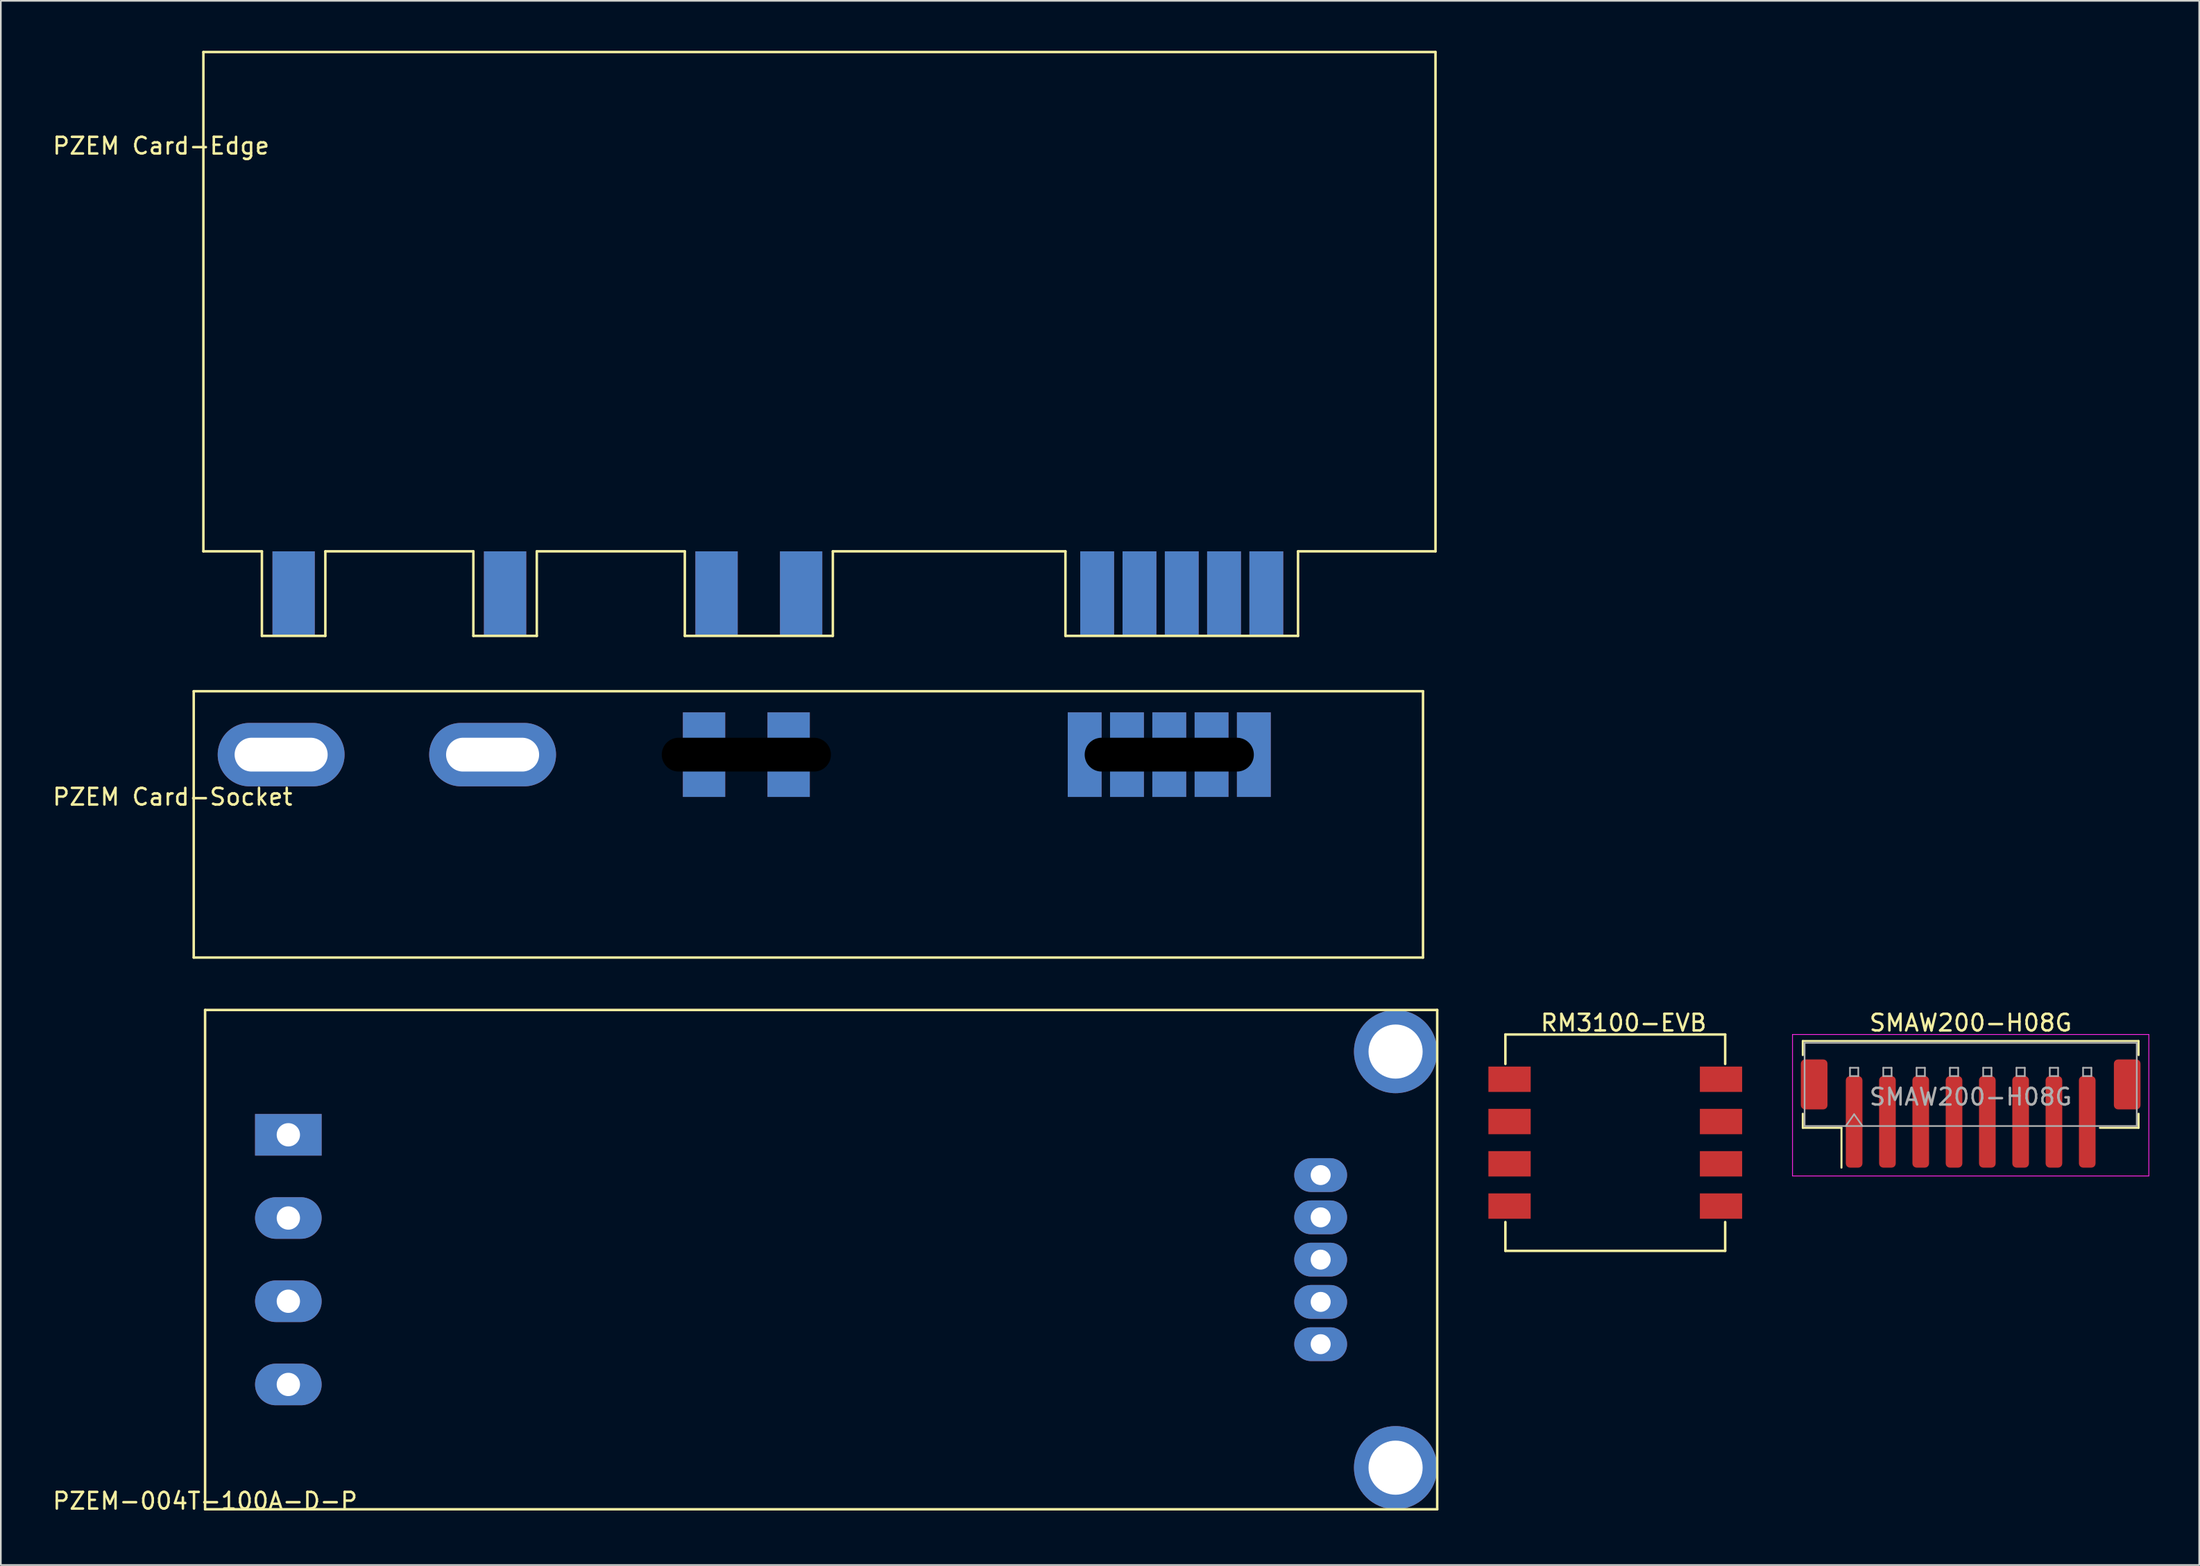
<source format=kicad_pcb>
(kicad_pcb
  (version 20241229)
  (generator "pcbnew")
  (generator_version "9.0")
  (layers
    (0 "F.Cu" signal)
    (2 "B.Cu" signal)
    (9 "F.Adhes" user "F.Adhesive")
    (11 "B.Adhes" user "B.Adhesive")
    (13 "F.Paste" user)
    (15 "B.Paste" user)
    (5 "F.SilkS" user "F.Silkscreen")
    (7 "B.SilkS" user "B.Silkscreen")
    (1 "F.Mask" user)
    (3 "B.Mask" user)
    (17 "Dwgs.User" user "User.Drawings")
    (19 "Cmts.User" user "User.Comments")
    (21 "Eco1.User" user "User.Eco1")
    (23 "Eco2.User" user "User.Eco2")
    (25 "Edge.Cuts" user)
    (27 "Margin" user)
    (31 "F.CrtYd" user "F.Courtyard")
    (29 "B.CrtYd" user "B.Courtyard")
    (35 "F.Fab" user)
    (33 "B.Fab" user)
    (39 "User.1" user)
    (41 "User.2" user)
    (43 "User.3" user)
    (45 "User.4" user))
  (footprint "PZEM Card-Edge"
    (layer "F.Cu")
    (at 9.165 30.075)
    (property "Reference" "PZEM Card-Edge" (at -2.54 -24.36 0) (unlocked yes) (layer "F.SilkS") (effects (font (size 1 1) (thickness 0.15))))
    (attr through_hole)
    (fp_line (start 0 -30) (end 0 0) (stroke (width 0.15) (type default)) (layer "F.SilkS"))
    (fp_line (start 0 0) (end 3.515 0) (stroke (width 0.15) (type default)) (layer "F.SilkS"))
    (fp_line (start 3.515 0) (end 3.515 5.08) (stroke (width 0.15) (type default)) (layer "F.SilkS"))
    (fp_line (start 3.515 5.08) (end 7.325 5.08) (stroke (width 0.15) (type default)) (layer "F.SilkS"))
    (fp_line (start 7.325 5.08) (end 7.325 0) (stroke (width 0.15) (type default)) (layer "F.SilkS"))
    (fp_line (start 16.215 0) (end 7.325 0) (stroke (width 0.15) (type default)) (layer "F.SilkS"))
    (fp_line (start 16.215 0) (end 16.215 5.08) (stroke (width 0.15) (type default)) (layer "F.SilkS"))
    (fp_line (start 16.215 5.08) (end 20.025 5.08) (stroke (width 0.15) (type default)) (layer "F.SilkS"))
    (fp_line (start 20.025 0) (end 28.915 0) (stroke (width 0.15) (type default)) (layer "F.SilkS"))
    (fp_line (start 20.025 5.08) (end 20.025 0) (stroke (width 0.15) (type default)) (layer "F.SilkS"))
    (fp_line (start 28.915 0) (end 28.915 5.08) (stroke (width 0.15) (type default)) (layer "F.SilkS"))
    (fp_line (start 28.915 5.08) (end 37.805 5.08) (stroke (width 0.15) (type default)) (layer "F.SilkS"))
    (fp_line (start 37.805 0) (end 51.775 0) (stroke (width 0.15) (type default)) (layer "F.SilkS"))
    (fp_line (start 37.805 5.08) (end 37.805 0) (stroke (width 0.15) (type default)) (layer "F.SilkS"))
    (fp_line (start 51.775 0) (end 51.775 5.08) (stroke (width 0.15) (type default)) (layer "F.SilkS"))
    (fp_line (start 51.775 5.08) (end 65.745 5.08) (stroke (width 0.15) (type default)) (layer "F.SilkS"))
    (fp_line (start 65.745 0) (end 74 0) (stroke (width 0.15) (type default)) (layer "F.SilkS"))
    (fp_line (start 65.745 5.08) (end 65.745 0) (stroke (width 0.15) (type default)) (layer "F.SilkS"))
    (fp_line (start 74 -30) (end 0 -30) (stroke (width 0.15) (type default)) (layer "F.SilkS"))
    (fp_line (start 74 0) (end 74 -30) (stroke (width 0.15) (type default)) (layer "F.SilkS"))
    (pad "1" connect rect (at 35.9 2.54 90) (size 5.08 2.54) (layers "F.Cu" "F.Mask"))
    (pad "1" connect rect (at 35.9 2.54 90) (size 5.08 2.54) (layers "B.Cu" "B.Mask"))
    (pad "2" connect rect (at 30.82 2.54 90) (size 5.08 2.54) (layers "F.Cu" "F.Mask"))
    (pad "2" connect rect (at 30.82 2.54 90) (size 5.08 2.54) (layers "B.Cu" "B.Mask"))
    (pad "3" connect rect (at 18.12 2.54 90) (size 5.08 2.54) (layers "F.Cu" "F.Mask"))
    (pad "3" connect rect (at 18.12 2.54 90) (size 5.08 2.54) (layers "B.Cu" "B.Mask"))
    (pad "4" connect rect (at 5.42 2.54 90) (size 5.08 2.54) (layers "F.Cu" "F.Mask"))
    (pad "4" connect rect (at 5.42 2.54 90) (size 5.08 2.54) (layers "B.Cu" "B.Mask"))
    (pad "5" connect rect (at 53.68 2.54 270) (size 5.08 2.032) (layers "F.Cu" "F.Mask"))
    (pad "5" connect rect (at 53.68 2.54 270) (size 5.08 2.032) (layers "B.Cu" "B.Mask"))
    (pad "6" connect rect (at 56.22 2.54 270) (size 5.08 2.032) (layers "F.Cu" "F.Mask"))
    (pad "6" connect rect (at 56.22 2.54 270) (size 5.08 2.032) (layers "B.Cu" "B.Mask"))
    (pad "7" connect rect (at 58.76 2.54 270) (size 5.08 2.032) (layers "F.Cu" "F.Mask"))
    (pad "7" connect rect (at 58.76 2.54 270) (size 5.08 2.032) (layers "B.Cu" "B.Mask"))
    (pad "8" connect rect (at 61.3 2.54 270) (size 5.08 2.032) (layers "F.Cu" "F.Mask"))
    (pad "8" connect rect (at 61.3 2.54 270) (size 5.08 2.032) (layers "B.Cu" "B.Mask"))
    (pad "9" connect rect (at 63.84 2.54 270) (size 5.08 2.032) (layers "F.Cu" "F.Mask"))
    (pad "9" connect rect (at 63.84 2.54 270) (size 5.08 2.032) (layers "B.Cu" "B.Mask")))
  (footprint "PZEM-004T-100A-D-P"
    (layer "F.Cu")
    (at 9.268 87.63)
    (property "Reference" "PZEM-004T-100A-D-P" (at 0 -0.5 0) (unlocked yes) (layer "F.SilkS") (effects (font (size 1 1) (thickness 0.15))))
    (attr through_hole)
    (fp_line (start 0 -30) (end 0 0) (stroke (width 0.15) (type default)) (layer "F.SilkS"))
    (fp_line (start 0 0) (end 74 0) (stroke (width 0.15) (type default)) (layer "F.SilkS"))
    (fp_line (start 74 -30) (end 0 -30) (stroke (width 0.15) (type default)) (layer "F.SilkS"))
    (fp_line (start 74 0) (end 74 -30) (stroke (width 0.15) (type default)) (layer "F.SilkS"))
    (pad "" thru_hole circle (at 71.5 -27.5) (size 5 5) (drill 3.25) (layers "*.Cu" "*.Mask"))
    (pad "" thru_hole circle (at 71.5 -2.5) (size 5 5) (drill 3.25) (layers "*.Cu" "*.Mask"))
    (pad "1" thru_hole rect (at 5 -22.5) (size 4 2.5) (drill 1.4) (layers "*.Cu" "*.Mask"))
    (pad "2" thru_hole oval (at 5 -17.5) (size 4 2.5) (drill 1.4) (layers "*.Cu" "*.Mask"))
    (pad "3" thru_hole oval (at 5 -12.5) (size 4 2.5) (drill 1.4) (layers "*.Cu" "*.Mask"))
    (pad "4" thru_hole oval (at 5 -7.5) (size 4 2.5) (drill 1.4) (layers "*.Cu" "*.Mask"))
    (pad "5" thru_hole oval (at 67 -9.92) (size 3.175 2.032) (drill 1.2) (layers "*.Cu" "*.Mask"))
    (pad "6" thru_hole oval (at 67 -12.46) (size 3.175 2.032) (drill 1.2) (layers "*.Cu" "*.Mask"))
    (pad "7" thru_hole oval (at 67 -15) (size 3.175 2.032) (drill 1.2) (layers "*.Cu" "*.Mask"))
    (pad "8" thru_hole oval (at 67 -17.54) (size 3.175 2.032) (drill 1.2) (layers "*.Cu" "*.Mask"))
    (pad "9" thru_hole oval (at 67 -20.08) (size 3.175 2.032) (drill 1.2) (layers "*.Cu" "*.Mask")))
  (footprint "RM3100-EVB"
    (layer "F.Cu")
    (at 93.963 65.603)
    (property "Reference" "RM3100-EVB" (at 0.5 -7.2 0) (layer "F.SilkS") (effects (font (size 1 1) (thickness 0.15))))
    (attr through_hole)
    (fp_line (start -6.6 -4.73) (end -6.6 -6.5) (stroke (width 0.15) (type solid)) (layer "F.SilkS"))
    (fp_line (start -6.6 4.77) (end -6.6 6.5) (stroke (width 0.15) (type solid)) (layer "F.SilkS"))
    (fp_line (start -6.6 6.5) (end 6.6 6.5) (stroke (width 0.15) (type solid)) (layer "F.SilkS"))
    (fp_line (start 6.6 -6.5) (end -6.6 -6.5) (stroke (width 0.15) (type solid)) (layer "F.SilkS"))
    (fp_line (start 6.6 -4.73) (end 6.6 -6.5) (stroke (width 0.15) (type solid)) (layer "F.SilkS"))
    (fp_line (start 6.6 4.77) (end 6.6 6.5) (stroke (width 0.15) (type solid)) (layer "F.SilkS"))
    (pad "1" smd rect (at -6.35 -3.81) (size 2.54 1.524) (layers "F.Cu" "F.Mask" "F.Paste"))
    (pad "2" smd rect (at -6.35 -1.27) (size 2.54 1.524) (layers "F.Cu" "F.Mask" "F.Paste"))
    (pad "3" smd rect (at -6.35 1.27) (size 2.54 1.524) (layers "F.Cu" "F.Mask" "F.Paste"))
    (pad "4" smd rect (at -6.35 3.81) (size 2.54 1.524) (layers "F.Cu" "F.Mask" "F.Paste"))
    (pad "5" smd rect (at 6.35 -3.81) (size 2.54 1.524) (layers "F.Cu" "F.Mask" "F.Paste"))
    (pad "6" smd rect (at 6.35 -1.27) (size 2.54 1.524) (layers "F.Cu" "F.Mask" "F.Paste"))
    (pad "7" smd rect (at 6.35 1.27) (size 2.54 1.524) (layers "F.Cu" "F.Mask" "F.Paste"))
    (pad "8" smd rect (at 6.35 3.81) (size 2.54 1.524) (layers "F.Cu" "F.Mask" "F.Paste")))
  (footprint "PZEM Card-Socket"
    (layer "F.Cu")
    (at 8.585 38.48)
    (property "Reference" "PZEM Card-Socket" (at -1.27 6.35 0) (unlocked yes) (layer "F.SilkS") (effects (font (size 1 1) (thickness 0.15))))
    (attr through_hole)
    (fp_line (start 0 0) (end 0 16) (stroke (width 0.15) (type default)) (layer "F.SilkS"))
    (fp_line (start 73.83 0) (end 0 0) (stroke (width 0.15) (type default)) (layer "F.SilkS"))
    (fp_line (start 73.83 16) (end 0 16) (stroke (width 0.15) (type default)) (layer "F.SilkS"))
    (fp_line (start 73.83 16) (end 73.83 0) (stroke (width 0.15) (type default)) (layer "F.SilkS"))
    (pad "" np_thru_hole oval (at 33.19 3.81) (size 10.16 2.032) (drill oval 11.43 2.032) (layers "*.Mask"))
    (pad "" np_thru_hole oval (at 58.59 3.81) (size 10.16 2.032) (drill oval 17.78 2.032) (layers "*.Mask"))
    (pad "1" connect rect (at 35.73 3.81 90) (size 5.08 2.54) (layers "F.Cu" "F.Mask"))
    (pad "1" connect rect (at 35.73 3.81 90) (size 5.08 2.54) (layers "B.Cu" "B.Mask"))
    (pad "2" connect rect (at 30.65 3.81 90) (size 5.08 2.54) (layers "F.Cu" "F.Mask"))
    (pad "2" connect rect (at 30.65 3.81 90) (size 5.08 2.54) (layers "B.Cu" "B.Mask"))
    (pad "3" thru_hole oval (at 17.95 3.81) (size 7.62 3.81) (drill oval 5.588 2.032) (layers "*.Cu" "*.Mask"))
    (pad "4" thru_hole oval (at 5.25 3.81) (size 7.62 3.81) (drill oval 5.588 2.032) (layers "*.Cu" "*.Mask"))
    (pad "5" connect rect (at 53.51 3.81 270) (size 5.08 2.032) (layers "F.Cu" "F.Mask"))
    (pad "5" connect rect (at 53.51 3.81 270) (size 5.08 2.032) (layers "B.Cu" "B.Mask"))
    (pad "6" connect rect (at 56.05 3.81 270) (size 5.08 2.032) (layers "F.Cu" "F.Mask"))
    (pad "6" connect rect (at 56.05 3.81 270) (size 5.08 2.032) (layers "B.Cu" "B.Mask"))
    (pad "7" connect rect (at 58.59 3.81 270) (size 5.08 2.032) (layers "F.Cu" "F.Mask"))
    (pad "7" connect rect (at 58.59 3.81 270) (size 5.08 2.032) (layers "B.Cu" "B.Mask"))
    (pad "8" connect rect (at 61.13 3.81 270) (size 5.08 2.032) (layers "F.Cu" "F.Mask"))
    (pad "8" connect rect (at 61.13 3.81 270) (size 5.08 2.032) (layers "B.Cu" "B.Mask"))
    (pad "9" connect rect (at 63.67 3.81 270) (size 5.08 2.032) (layers "F.Cu" "F.Mask"))
    (pad "9" connect rect (at 63.67 3.81 270) (size 5.08 2.032) (layers "B.Cu" "B.Mask")))
  (footprint "SMAW200-H08G"
    (layer "F.Cu")
    (at 115.308 63.853)
    (property "Reference" "SMAW200-H08G" (at 0 -5.45 0) (layer "F.SilkS") (effects (font (size 1 1) (thickness 0.15))))
    (attr smd)
    (fp_line (start -10.085 -4.36) (end 10.085 -4.36) (stroke (width 0.12) (type solid)) (layer "F.SilkS"))
    (fp_line (start -10.085 -3.51) (end -10.085 -4.36) (stroke (width 0.12) (type solid)) (layer "F.SilkS"))
    (fp_line (start -10.085 0.01) (end -10.085 0.86) (stroke (width 0.12) (type solid)) (layer "F.SilkS"))
    (fp_line (start -10.085 0.86) (end -7.76 0.86) (stroke (width 0.12) (type solid)) (layer "F.SilkS"))
    (fp_line (start -7.76 0.86) (end -7.76 3.25) (stroke (width 0.12) (type solid)) (layer "F.SilkS"))
    (fp_line (start 10.085 -4.36) (end 10.085 -3.51) (stroke (width 0.12) (type solid)) (layer "F.SilkS"))
    (fp_line (start 10.085 0.01) (end 10.085 0.86) (stroke (width 0.12) (type solid)) (layer "F.SilkS"))
    (fp_line (start 10.085 0.86) (end 7.76 0.86) (stroke (width 0.12) (type solid)) (layer "F.SilkS"))
    (fp_line (start -10.7 -4.75) (end -10.7 3.75) (stroke (width 0.05) (type solid)) (layer "F.CrtYd"))
    (fp_line (start -10.7 3.75) (end 10.7 3.75) (stroke (width 0.05) (type solid)) (layer "F.CrtYd"))
    (fp_line (start 10.7 -4.75) (end -10.7 -4.75) (stroke (width 0.05) (type solid)) (layer "F.CrtYd"))
    (fp_line (start 10.7 3.75) (end 10.7 -4.75) (stroke (width 0.05) (type solid)) (layer "F.CrtYd"))
    (fp_line (start -9.975 -4.25) (end 9.975 -4.25) (stroke (width 0.1) (type solid)) (layer "F.Fab"))
    (fp_line (start -9.975 0.75) (end -9.975 -4.25) (stroke (width 0.1) (type solid)) (layer "F.Fab"))
    (fp_line (start -9.975 0.75) (end 9.975 0.75) (stroke (width 0.1) (type solid)) (layer "F.Fab"))
    (fp_line (start -7.5 0.75) (end -7 0.043) (stroke (width 0.1) (type solid)) (layer "F.Fab"))
    (fp_line (start -7.25 -2.75) (end -7.25 -2.25) (stroke (width 0.1) (type solid)) (layer "F.Fab"))
    (fp_line (start -7.25 -2.25) (end -6.75 -2.25) (stroke (width 0.1) (type solid)) (layer "F.Fab"))
    (fp_line (start -7 0.043) (end -6.5 0.75) (stroke (width 0.1) (type solid)) (layer "F.Fab"))
    (fp_line (start -6.75 -2.75) (end -7.25 -2.75) (stroke (width 0.1) (type solid)) (layer "F.Fab"))
    (fp_line (start -6.75 -2.25) (end -6.75 -2.75) (stroke (width 0.1) (type solid)) (layer "F.Fab"))
    (fp_line (start -5.25 -2.75) (end -5.25 -2.25) (stroke (width 0.1) (type solid)) (layer "F.Fab"))
    (fp_line (start -5.25 -2.25) (end -4.75 -2.25) (stroke (width 0.1) (type solid)) (layer "F.Fab"))
    (fp_line (start -4.75 -2.75) (end -5.25 -2.75) (stroke (width 0.1) (type solid)) (layer "F.Fab"))
    (fp_line (start -4.75 -2.25) (end -4.75 -2.75) (stroke (width 0.1) (type solid)) (layer "F.Fab"))
    (fp_line (start -3.25 -2.75) (end -3.25 -2.25) (stroke (width 0.1) (type solid)) (layer "F.Fab"))
    (fp_line (start -3.25 -2.25) (end -2.75 -2.25) (stroke (width 0.1) (type solid)) (layer "F.Fab"))
    (fp_line (start -2.75 -2.75) (end -3.25 -2.75) (stroke (width 0.1) (type solid)) (layer "F.Fab"))
    (fp_line (start -2.75 -2.25) (end -2.75 -2.75) (stroke (width 0.1) (type solid)) (layer "F.Fab"))
    (fp_line (start -1.25 -2.75) (end -1.25 -2.25) (stroke (width 0.1) (type solid)) (layer "F.Fab"))
    (fp_line (start -1.25 -2.25) (end -0.75 -2.25) (stroke (width 0.1) (type solid)) (layer "F.Fab"))
    (fp_line (start -0.75 -2.75) (end -1.25 -2.75) (stroke (width 0.1) (type solid)) (layer "F.Fab"))
    (fp_line (start -0.75 -2.25) (end -0.75 -2.75) (stroke (width 0.1) (type solid)) (layer "F.Fab"))
    (fp_line (start 0.75 -2.75) (end 0.75 -2.25) (stroke (width 0.1) (type solid)) (layer "F.Fab"))
    (fp_line (start 0.75 -2.25) (end 1.25 -2.25) (stroke (width 0.1) (type solid)) (layer "F.Fab"))
    (fp_line (start 1.25 -2.75) (end 0.75 -2.75) (stroke (width 0.1) (type solid)) (layer "F.Fab"))
    (fp_line (start 1.25 -2.25) (end 1.25 -2.75) (stroke (width 0.1) (type solid)) (layer "F.Fab"))
    (fp_line (start 2.75 -2.75) (end 2.75 -2.25) (stroke (width 0.1) (type solid)) (layer "F.Fab"))
    (fp_line (start 2.75 -2.25) (end 3.25 -2.25) (stroke (width 0.1) (type solid)) (layer "F.Fab"))
    (fp_line (start 3.25 -2.75) (end 2.75 -2.75) (stroke (width 0.1) (type solid)) (layer "F.Fab"))
    (fp_line (start 3.25 -2.25) (end 3.25 -2.75) (stroke (width 0.1) (type solid)) (layer "F.Fab"))
    (fp_line (start 4.75 -2.75) (end 4.75 -2.25) (stroke (width 0.1) (type solid)) (layer "F.Fab"))
    (fp_line (start 4.75 -2.25) (end 5.25 -2.25) (stroke (width 0.1) (type solid)) (layer "F.Fab"))
    (fp_line (start 5.25 -2.75) (end 4.75 -2.75) (stroke (width 0.1) (type solid)) (layer "F.Fab"))
    (fp_line (start 5.25 -2.25) (end 5.25 -2.75) (stroke (width 0.1) (type solid)) (layer "F.Fab"))
    (fp_line (start 6.75 -2.75) (end 6.75 -2.25) (stroke (width 0.1) (type solid)) (layer "F.Fab"))
    (fp_line (start 6.75 -2.25) (end 7.25 -2.25) (stroke (width 0.1) (type solid)) (layer "F.Fab"))
    (fp_line (start 7.25 -2.75) (end 6.75 -2.75) (stroke (width 0.1) (type solid)) (layer "F.Fab"))
    (fp_line (start 7.25 -2.25) (end 7.25 -2.75) (stroke (width 0.1) (type solid)) (layer "F.Fab"))
    (fp_line (start 9.975 0.75) (end 9.975 -4.25) (stroke (width 0.1) (type solid)) (layer "F.Fab"))
    (fp_text user "${REFERENCE}" (at 0 -1 0) (layer "F.Fab") (effects (font (size 1 1) (thickness 0.15))))
    (pad "1" smd roundrect (at -7 0.5) (size 1 5.5) (layers "F.Cu" "F.Mask" "F.Paste") (roundrect_rratio 0.25))
    (pad "2" smd roundrect (at -5 0.5) (size 1 5.5) (layers "F.Cu" "F.Mask" "F.Paste") (roundrect_rratio 0.25))
    (pad "3" smd roundrect (at -3 0.5) (size 1 5.5) (layers "F.Cu" "F.Mask" "F.Paste") (roundrect_rratio 0.25))
    (pad "4" smd roundrect (at -1 0.5) (size 1 5.5) (layers "F.Cu" "F.Mask" "F.Paste") (roundrect_rratio 0.25))
    (pad "5" smd roundrect (at 1 0.5) (size 1 5.5) (layers "F.Cu" "F.Mask" "F.Paste") (roundrect_rratio 0.25))
    (pad "6" smd roundrect (at 3 0.5) (size 1 5.5) (layers "F.Cu" "F.Mask" "F.Paste") (roundrect_rratio 0.25))
    (pad "7" smd roundrect (at 5 0.5) (size 1 5.5) (layers "F.Cu" "F.Mask" "F.Paste") (roundrect_rratio 0.25))
    (pad "8" smd roundrect (at 7 0.5) (size 1 5.5) (layers "F.Cu" "F.Mask" "F.Paste") (roundrect_rratio 0.25))
    (pad "MP" smd roundrect (at -9.4 -1.75) (size 1.6 3) (layers "F.Cu" "F.Mask" "F.Paste") (roundrect_rratio 0.156))
    (pad "MP" smd roundrect (at 9.4 -1.75) (size 1.6 3) (layers "F.Cu" "F.Mask" "F.Paste") (roundrect_rratio 0.156)))
  (gr_rect
    (start -3 -3)
    (end 129.033 90.978)
    (stroke (width 0.1) (type default))
    (fill no)
    (layer "Edge.Cuts")))
</source>
